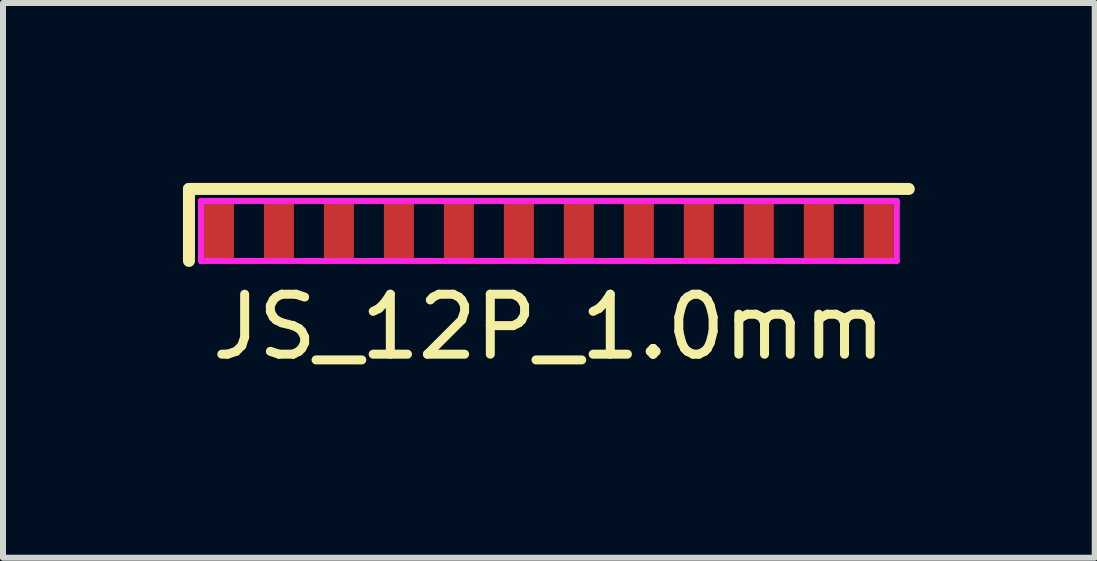
<source format=kicad_pcb>
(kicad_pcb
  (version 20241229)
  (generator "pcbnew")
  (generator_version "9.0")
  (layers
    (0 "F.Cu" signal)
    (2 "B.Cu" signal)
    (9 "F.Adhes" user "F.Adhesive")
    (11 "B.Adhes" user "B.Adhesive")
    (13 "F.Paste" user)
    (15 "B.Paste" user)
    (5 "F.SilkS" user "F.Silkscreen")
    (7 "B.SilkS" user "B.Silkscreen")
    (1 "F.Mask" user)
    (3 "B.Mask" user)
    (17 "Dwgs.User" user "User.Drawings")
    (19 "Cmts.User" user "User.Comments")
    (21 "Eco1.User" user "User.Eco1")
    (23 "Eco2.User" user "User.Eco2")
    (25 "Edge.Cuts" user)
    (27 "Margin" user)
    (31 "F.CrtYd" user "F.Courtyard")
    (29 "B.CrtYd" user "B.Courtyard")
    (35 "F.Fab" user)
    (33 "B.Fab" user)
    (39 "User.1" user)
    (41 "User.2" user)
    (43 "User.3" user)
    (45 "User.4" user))
  (footprint "JS_12P_1.0mm"
    (layer "F.Cu")
    (at 6.1 0.8)
    (property "Reference" "JS_12P_1.0mm" (at 0 1.6 0) (layer "F.SilkS") (effects (font (size 1 1) (thickness 0.15))))
    (attr smd)
    (fp_line (start -6 -0.7) (end 6 -0.7) (stroke (width 0.2) (type solid)) (layer "F.SilkS"))
    (fp_line (start -6 0.5) (end -6 -0.7) (stroke (width 0.2) (type solid)) (layer "F.SilkS"))
    (fp_line (start -5.8 -0.5) (end -5.8 0.5) (stroke (width 0.1) (type solid)) (layer "F.CrtYd"))
    (fp_line (start -5.8 0.5) (end 5.8 0.5) (stroke (width 0.1) (type solid)) (layer "F.CrtYd"))
    (fp_line (start 5.8 -0.5) (end -5.8 -0.5) (stroke (width 0.1) (type solid)) (layer "F.CrtYd"))
    (fp_line (start 5.8 0.5) (end 5.8 -0.5) (stroke (width 0.1) (type solid)) (layer "F.CrtYd"))
    (pad "1" smd rect (at -5.5 0) (size 0.5 1) (layers "F.Cu" "F.Mask" "F.Paste"))
    (pad "2" smd rect (at -4.5 0) (size 0.5 1) (layers "F.Cu" "F.Mask" "F.Paste"))
    (pad "3" smd rect (at -3.5 0) (size 0.5 1) (layers "F.Cu" "F.Mask" "F.Paste"))
    (pad "4" smd rect (at -2.5 0) (size 0.5 1) (layers "F.Cu" "F.Mask" "F.Paste"))
    (pad "5" smd rect (at -1.5 0) (size 0.5 1) (layers "F.Cu" "F.Mask" "F.Paste"))
    (pad "6" smd rect (at -0.5 0) (size 0.5 1) (layers "F.Cu" "F.Mask" "F.Paste"))
    (pad "7" smd rect (at 0.5 0) (size 0.5 1) (layers "F.Cu" "F.Mask" "F.Paste"))
    (pad "8" smd rect (at 1.5 0) (size 0.5 1) (layers "F.Cu" "F.Mask" "F.Paste"))
    (pad "9" smd rect (at 2.5 0) (size 0.5 1) (layers "F.Cu" "F.Mask" "F.Paste"))
    (pad "10" smd rect (at 3.5 0) (size 0.5 1) (layers "F.Cu" "F.Mask" "F.Paste"))
    (pad "11" smd rect (at 4.5 0) (size 0.5 1) (layers "F.Cu" "F.Mask" "F.Paste"))
    (pad "12" smd rect (at 5.5 0) (size 0.5 1) (layers "F.Cu" "F.Mask" "F.Paste")))
  (gr_rect
    (start -3 -3)
    (end 15.2 6.248)
    (stroke (width 0.1) (type default))
    (fill no)
    (layer "Edge.Cuts")))
</source>
